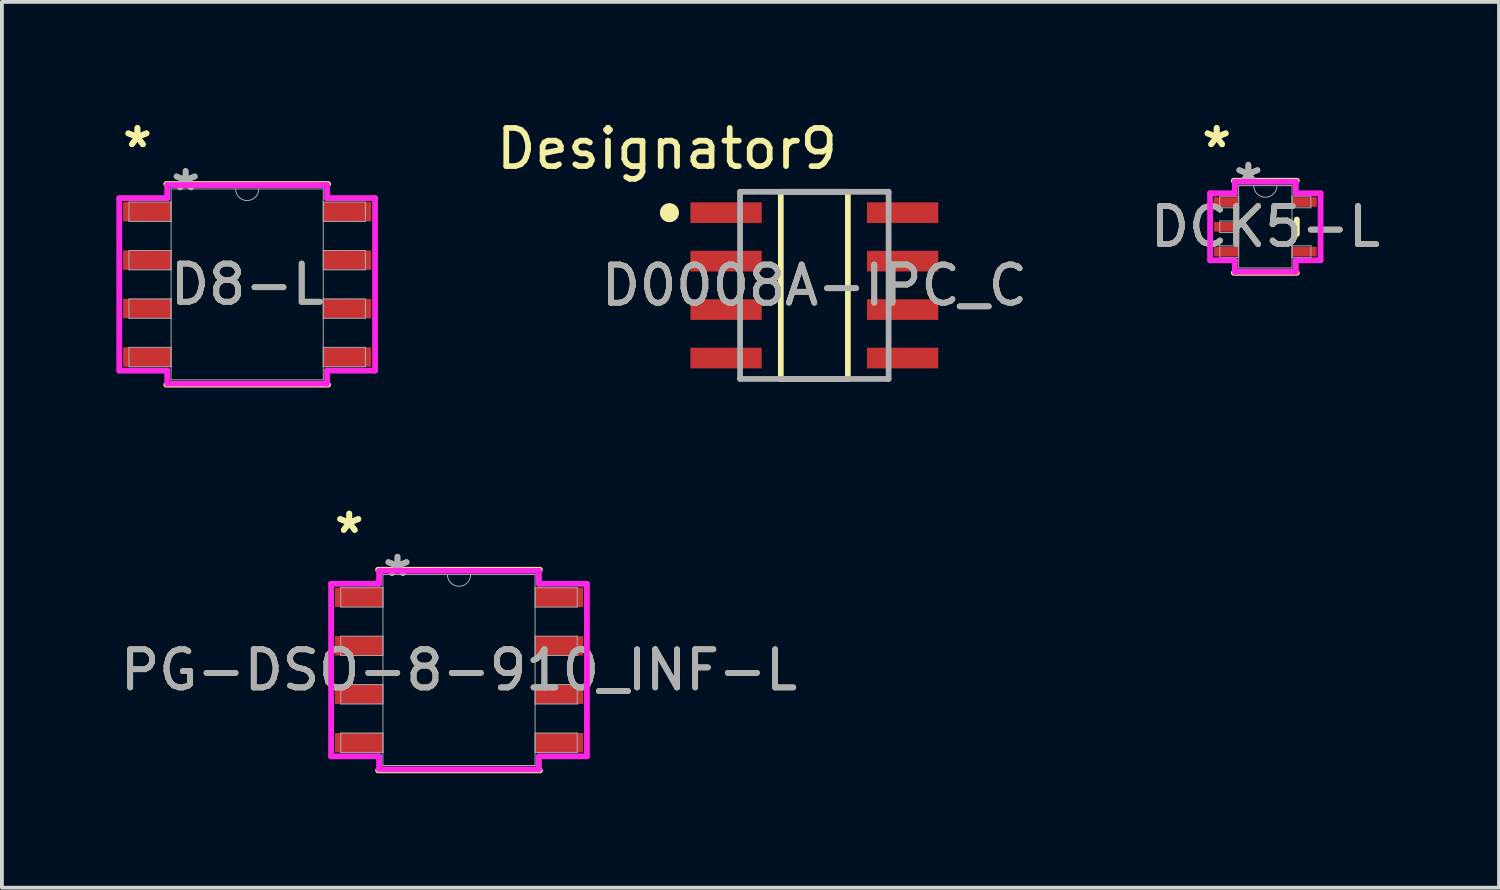
<source format=kicad_pcb>
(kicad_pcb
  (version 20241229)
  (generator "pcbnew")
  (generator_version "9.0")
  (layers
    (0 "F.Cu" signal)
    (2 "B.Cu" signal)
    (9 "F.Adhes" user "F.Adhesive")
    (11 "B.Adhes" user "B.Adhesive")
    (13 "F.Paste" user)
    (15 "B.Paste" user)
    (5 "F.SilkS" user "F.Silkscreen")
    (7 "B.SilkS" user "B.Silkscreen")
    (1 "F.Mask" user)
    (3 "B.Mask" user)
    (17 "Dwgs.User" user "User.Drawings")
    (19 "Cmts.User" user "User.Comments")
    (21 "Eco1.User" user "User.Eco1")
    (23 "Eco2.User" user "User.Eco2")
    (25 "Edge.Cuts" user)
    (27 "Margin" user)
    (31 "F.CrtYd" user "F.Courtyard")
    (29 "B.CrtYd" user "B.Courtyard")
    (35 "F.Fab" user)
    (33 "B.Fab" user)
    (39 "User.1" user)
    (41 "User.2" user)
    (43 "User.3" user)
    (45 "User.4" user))
  (footprint "D0008A-IPC_C"
    (layer "F.Cu")
    (at 18.296 4.43)
    (property "Reference" "D0008A-IPC_C" (at 0 0 0) (unlocked yes) (layer "F.SilkS") (effects (font (size 1 1) (thickness 0.15))))
    (attr smd)
    (fp_line (start -0.879 -2.453) (end 0.879 -2.453) (stroke (width 0.15) (type solid)) (layer "F.SilkS"))
    (fp_line (start -0.879 2.453) (end -0.879 -2.453) (stroke (width 0.15) (type solid)) (layer "F.SilkS"))
    (fp_line (start -0.879 2.453) (end 0.879 2.453) (stroke (width 0.15) (type solid)) (layer "F.SilkS"))
    (fp_line (start 0.879 2.453) (end 0.879 -2.453) (stroke (width 0.15) (type solid)) (layer "F.SilkS"))
    (fp_circle (center -3.798 -1.905) (end -3.673 -1.905) (stroke (width 0.25) (type solid)) (fill no) (layer "F.SilkS"))
    (fp_line (start -1.947 -2.453) (end 1.947 -2.453) (stroke (width 0.15) (type solid)) (layer "F.Fab"))
    (fp_line (start -1.947 2.453) (end -1.947 -2.453) (stroke (width 0.15) (type solid)) (layer "F.Fab"))
    (fp_line (start -1.947 2.453) (end 1.947 2.453) (stroke (width 0.15) (type solid)) (layer "F.Fab"))
    (fp_line (start 1.947 2.453) (end 1.947 -2.453) (stroke (width 0.15) (type solid)) (layer "F.Fab"))
    (fp_text user "Designator9" (at -3.861 -3.581 0) (unlocked yes) (layer "F.SilkS") (effects (font (size 1 1) (thickness 0.15))))
    (fp_text user "${REFERENCE}" (at 0 0 0) (unlocked yes) (layer "F.Fab") (effects (font (size 1 1) (thickness 0.15))))
    (pad "1" smd rect (at -2.314 -1.905) (size 1.869 0.542) (layers "F.Cu" "F.Mask" "F.Paste"))
    (pad "2" smd rect (at -2.314 -0.635) (size 1.869 0.542) (layers "F.Cu" "F.Mask" "F.Paste"))
    (pad "3" smd rect (at -2.314 0.635) (size 1.869 0.542) (layers "F.Cu" "F.Mask" "F.Paste"))
    (pad "4" smd rect (at -2.314 1.905) (size 1.869 0.542) (layers "F.Cu" "F.Mask" "F.Paste"))
    (pad "5" smd rect (at 2.314 1.905) (size 1.869 0.542) (layers "F.Cu" "F.Mask" "F.Paste"))
    (pad "6" smd rect (at 2.314 0.635) (size 1.869 0.542) (layers "F.Cu" "F.Mask" "F.Paste"))
    (pad "7" smd rect (at 2.314 -0.635) (size 1.869 0.542) (layers "F.Cu" "F.Mask" "F.Paste"))
    (pad "8" smd rect (at 2.314 -1.905) (size 1.869 0.542) (layers "F.Cu" "F.Mask" "F.Paste")))
  (footprint "D8-L"
    (layer "F.Cu")
    (at 3.429 4.404)
    (property "Reference" "D8-L" (at 0 0 0) (unlocked yes) (layer "F.SilkS") (effects (font (size 1 1) (thickness 0.15))))
    (attr smd)
    (fp_line (start -2.121 2.629) (end 2.121 2.629) (stroke (width 0.152) (type solid)) (layer "F.SilkS"))
    (fp_line (start 2.121 -2.629) (end -2.121 -2.629) (stroke (width 0.152) (type solid)) (layer "F.SilkS"))
    (fp_line (start -3.353 -2.261) (end -2.095 -2.261) (stroke (width 0.152) (type solid)) (layer "F.CrtYd"))
    (fp_line (start -3.353 2.261) (end -3.353 -2.261) (stroke (width 0.152) (type solid)) (layer "F.CrtYd"))
    (fp_line (start -3.353 2.261) (end -2.095 2.261) (stroke (width 0.152) (type solid)) (layer "F.CrtYd"))
    (fp_line (start -2.095 -2.603) (end 2.095 -2.603) (stroke (width 0.152) (type solid)) (layer "F.CrtYd"))
    (fp_line (start -2.095 -2.261) (end -2.095 -2.603) (stroke (width 0.152) (type solid)) (layer "F.CrtYd"))
    (fp_line (start -2.095 2.603) (end -2.095 2.261) (stroke (width 0.152) (type solid)) (layer "F.CrtYd"))
    (fp_line (start 2.095 -2.603) (end 2.095 -2.261) (stroke (width 0.152) (type solid)) (layer "F.CrtYd"))
    (fp_line (start 2.095 2.261) (end 2.095 2.603) (stroke (width 0.152) (type solid)) (layer "F.CrtYd"))
    (fp_line (start 2.095 2.603) (end -2.095 2.603) (stroke (width 0.152) (type solid)) (layer "F.CrtYd"))
    (fp_line (start 3.353 -2.261) (end 2.095 -2.261) (stroke (width 0.152) (type solid)) (layer "F.CrtYd"))
    (fp_line (start 3.353 -2.261) (end 3.353 2.261) (stroke (width 0.152) (type solid)) (layer "F.CrtYd"))
    (fp_line (start 3.353 2.261) (end 2.095 2.261) (stroke (width 0.152) (type solid)) (layer "F.CrtYd"))
    (fp_line (start -3.099 -2.159) (end -3.099 -1.651) (stroke (width 0.025) (type solid)) (layer "F.Fab"))
    (fp_line (start -3.099 -1.651) (end -1.994 -1.651) (stroke (width 0.025) (type solid)) (layer "F.Fab"))
    (fp_line (start -3.099 -0.889) (end -3.099 -0.381) (stroke (width 0.025) (type solid)) (layer "F.Fab"))
    (fp_line (start -3.099 -0.381) (end -1.994 -0.381) (stroke (width 0.025) (type solid)) (layer "F.Fab"))
    (fp_line (start -3.099 0.381) (end -3.099 0.889) (stroke (width 0.025) (type solid)) (layer "F.Fab"))
    (fp_line (start -3.099 0.889) (end -1.994 0.889) (stroke (width 0.025) (type solid)) (layer "F.Fab"))
    (fp_line (start -3.099 1.651) (end -3.099 2.159) (stroke (width 0.025) (type solid)) (layer "F.Fab"))
    (fp_line (start -3.099 2.159) (end -1.994 2.159) (stroke (width 0.025) (type solid)) (layer "F.Fab"))
    (fp_line (start -1.994 -2.502) (end -1.994 2.502) (stroke (width 0.025) (type solid)) (layer "F.Fab"))
    (fp_line (start -1.994 -2.159) (end -3.099 -2.159) (stroke (width 0.025) (type solid)) (layer "F.Fab"))
    (fp_line (start -1.994 -1.651) (end -1.994 -2.159) (stroke (width 0.025) (type solid)) (layer "F.Fab"))
    (fp_line (start -1.994 -0.889) (end -3.099 -0.889) (stroke (width 0.025) (type solid)) (layer "F.Fab"))
    (fp_line (start -1.994 -0.381) (end -1.994 -0.889) (stroke (width 0.025) (type solid)) (layer "F.Fab"))
    (fp_line (start -1.994 0.381) (end -3.099 0.381) (stroke (width 0.025) (type solid)) (layer "F.Fab"))
    (fp_line (start -1.994 0.889) (end -1.994 0.381) (stroke (width 0.025) (type solid)) (layer "F.Fab"))
    (fp_line (start -1.994 1.651) (end -3.099 1.651) (stroke (width 0.025) (type solid)) (layer "F.Fab"))
    (fp_line (start -1.994 2.159) (end -1.994 1.651) (stroke (width 0.025) (type solid)) (layer "F.Fab"))
    (fp_line (start -1.994 2.502) (end 1.994 2.502) (stroke (width 0.025) (type solid)) (layer "F.Fab"))
    (fp_line (start 1.994 -2.502) (end -1.994 -2.502) (stroke (width 0.025) (type solid)) (layer "F.Fab"))
    (fp_line (start 1.994 -2.159) (end 1.994 -1.651) (stroke (width 0.025) (type solid)) (layer "F.Fab"))
    (fp_line (start 1.994 -1.651) (end 3.099 -1.651) (stroke (width 0.025) (type solid)) (layer "F.Fab"))
    (fp_line (start 1.994 -0.889) (end 1.994 -0.381) (stroke (width 0.025) (type solid)) (layer "F.Fab"))
    (fp_line (start 1.994 -0.381) (end 3.099 -0.381) (stroke (width 0.025) (type solid)) (layer "F.Fab"))
    (fp_line (start 1.994 0.381) (end 1.994 0.889) (stroke (width 0.025) (type solid)) (layer "F.Fab"))
    (fp_line (start 1.994 0.889) (end 3.099 0.889) (stroke (width 0.025) (type solid)) (layer "F.Fab"))
    (fp_line (start 1.994 1.651) (end 1.994 2.159) (stroke (width 0.025) (type solid)) (layer "F.Fab"))
    (fp_line (start 1.994 2.159) (end 3.099 2.159) (stroke (width 0.025) (type solid)) (layer "F.Fab"))
    (fp_line (start 1.994 2.502) (end 1.994 -2.502) (stroke (width 0.025) (type solid)) (layer "F.Fab"))
    (fp_line (start 3.099 -2.159) (end 1.994 -2.159) (stroke (width 0.025) (type solid)) (layer "F.Fab"))
    (fp_line (start 3.099 -1.651) (end 3.099 -2.159) (stroke (width 0.025) (type solid)) (layer "F.Fab"))
    (fp_line (start 3.099 -0.889) (end 1.994 -0.889) (stroke (width 0.025) (type solid)) (layer "F.Fab"))
    (fp_line (start 3.099 -0.381) (end 3.099 -0.889) (stroke (width 0.025) (type solid)) (layer "F.Fab"))
    (fp_line (start 3.099 0.381) (end 1.994 0.381) (stroke (width 0.025) (type solid)) (layer "F.Fab"))
    (fp_line (start 3.099 0.889) (end 3.099 0.381) (stroke (width 0.025) (type solid)) (layer "F.Fab"))
    (fp_line (start 3.099 1.651) (end 1.994 1.651) (stroke (width 0.025) (type solid)) (layer "F.Fab"))
    (fp_line (start 3.099 2.159) (end 3.099 1.651) (stroke (width 0.025) (type solid)) (layer "F.Fab"))
    (fp_arc (start 0.3048 -2.5019) (mid 0 -2.1971) (end -0.3048 -2.5019) (stroke (width 0.0254) (type solid)) (layer "F.Fab"))
    (fp_text user "*" (at -2.877 -3.556 0) (unlocked yes) (layer "F.SilkS") (effects (font (size 1 1) (thickness 0.15))))
    (fp_text user "*" (at -2.877 -3.556 0) (layer "F.SilkS") (effects (font (size 1 1) (thickness 0.15))))
    (fp_text user "${REFERENCE}" (at 0 0 0) (unlocked yes) (layer "F.Fab") (effects (font (size 1 1) (thickness 0.15))))
    (fp_text user "*" (at -1.613 -2.426 0) (unlocked yes) (layer "F.Fab") (effects (font (size 1 1) (thickness 0.15))))
    (fp_text user "*" (at -1.613 -2.426 0) (layer "F.Fab") (effects (font (size 1 1) (thickness 0.15))))
    (pad "1" smd rect (at -2.623 -1.905) (size 1.257 0.508) (layers "F.Cu" "F.Mask" "F.Paste"))
    (pad "2" smd rect (at -2.623 -0.635) (size 1.257 0.508) (layers "F.Cu" "F.Mask" "F.Paste"))
    (pad "3" smd rect (at -2.623 0.635) (size 1.257 0.508) (layers "F.Cu" "F.Mask" "F.Paste"))
    (pad "4" smd rect (at -2.623 1.905) (size 1.257 0.508) (layers "F.Cu" "F.Mask" "F.Paste"))
    (pad "5" smd rect (at 2.623 1.905) (size 1.257 0.508) (layers "F.Cu" "F.Mask" "F.Paste"))
    (pad "6" smd rect (at 2.623 0.635) (size 1.257 0.508) (layers "F.Cu" "F.Mask" "F.Paste"))
    (pad "7" smd rect (at 2.623 -0.635) (size 1.257 0.508) (layers "F.Cu" "F.Mask" "F.Paste"))
    (pad "8" smd rect (at 2.623 -1.905) (size 1.257 0.508) (layers "F.Cu" "F.Mask" "F.Paste")))
  (footprint "DCK5-L"
    (layer "F.Cu")
    (at 30.118 2.895)
    (property "Reference" "DCK5-L" (at 0 0 0) (unlocked yes) (layer "F.SilkS") (effects (font (size 1 1) (thickness 0.15))))
    (attr smd)
    (fp_line (start -0.826 1.206) (end 0.826 1.206) (stroke (width 0.152) (type solid)) (layer "F.SilkS"))
    (fp_line (start 0.826 -1.206) (end -0.826 -1.206) (stroke (width 0.152) (type solid)) (layer "F.SilkS"))
    (fp_line (start 0.826 0.19) (end 0.826 -0.19) (stroke (width 0.152) (type solid)) (layer "F.SilkS"))
    (fp_line (start -1.448 -0.879) (end -0.8 -0.879) (stroke (width 0.152) (type solid)) (layer "F.CrtYd"))
    (fp_line (start -1.448 0.879) (end -1.448 -0.879) (stroke (width 0.152) (type solid)) (layer "F.CrtYd"))
    (fp_line (start -0.8 -1.181) (end 0.8 -1.181) (stroke (width 0.152) (type solid)) (layer "F.CrtYd"))
    (fp_line (start -0.8 -0.879) (end -0.8 -1.181) (stroke (width 0.152) (type solid)) (layer "F.CrtYd"))
    (fp_line (start -0.8 0.879) (end -1.448 0.879) (stroke (width 0.152) (type solid)) (layer "F.CrtYd"))
    (fp_line (start -0.8 1.181) (end -0.8 0.879) (stroke (width 0.152) (type solid)) (layer "F.CrtYd"))
    (fp_line (start 0.8 -1.181) (end 0.8 -0.879) (stroke (width 0.152) (type solid)) (layer "F.CrtYd"))
    (fp_line (start 0.8 -0.879) (end 1.448 -0.879) (stroke (width 0.152) (type solid)) (layer "F.CrtYd"))
    (fp_line (start 0.8 0.879) (end 0.8 1.181) (stroke (width 0.152) (type solid)) (layer "F.CrtYd"))
    (fp_line (start 0.8 1.181) (end -0.8 1.181) (stroke (width 0.152) (type solid)) (layer "F.CrtYd"))
    (fp_line (start 1.448 -0.879) (end 1.448 0.879) (stroke (width 0.152) (type solid)) (layer "F.CrtYd"))
    (fp_line (start 1.448 0.879) (end 0.8 0.879) (stroke (width 0.152) (type solid)) (layer "F.CrtYd"))
    (fp_line (start -1.194 -0.802) (end -1.194 -0.498) (stroke (width 0.025) (type solid)) (layer "F.Fab"))
    (fp_line (start -1.194 -0.498) (end -0.699 -0.498) (stroke (width 0.025) (type solid)) (layer "F.Fab"))
    (fp_line (start -1.194 -0.152) (end -1.194 0.152) (stroke (width 0.025) (type solid)) (layer "F.Fab"))
    (fp_line (start -1.194 0.152) (end -0.699 0.152) (stroke (width 0.025) (type solid)) (layer "F.Fab"))
    (fp_line (start -1.194 0.498) (end -1.194 0.802) (stroke (width 0.025) (type solid)) (layer "F.Fab"))
    (fp_line (start -1.194 0.802) (end -0.699 0.802) (stroke (width 0.025) (type solid)) (layer "F.Fab"))
    (fp_line (start -0.699 -1.079) (end -0.699 1.079) (stroke (width 0.025) (type solid)) (layer "F.Fab"))
    (fp_line (start -0.699 -0.802) (end -1.194 -0.802) (stroke (width 0.025) (type solid)) (layer "F.Fab"))
    (fp_line (start -0.699 -0.498) (end -0.699 -0.802) (stroke (width 0.025) (type solid)) (layer "F.Fab"))
    (fp_line (start -0.699 -0.152) (end -1.194 -0.152) (stroke (width 0.025) (type solid)) (layer "F.Fab"))
    (fp_line (start -0.699 0.152) (end -0.699 -0.152) (stroke (width 0.025) (type solid)) (layer "F.Fab"))
    (fp_line (start -0.699 0.498) (end -1.194 0.498) (stroke (width 0.025) (type solid)) (layer "F.Fab"))
    (fp_line (start -0.699 0.802) (end -0.699 0.498) (stroke (width 0.025) (type solid)) (layer "F.Fab"))
    (fp_line (start -0.699 1.079) (end 0.699 1.079) (stroke (width 0.025) (type solid)) (layer "F.Fab"))
    (fp_line (start 0.699 -1.079) (end -0.699 -1.079) (stroke (width 0.025) (type solid)) (layer "F.Fab"))
    (fp_line (start 0.699 -0.802) (end 0.699 -0.498) (stroke (width 0.025) (type solid)) (layer "F.Fab"))
    (fp_line (start 0.699 -0.498) (end 1.194 -0.498) (stroke (width 0.025) (type solid)) (layer "F.Fab"))
    (fp_line (start 0.699 0.498) (end 0.699 0.802) (stroke (width 0.025) (type solid)) (layer "F.Fab"))
    (fp_line (start 0.699 0.802) (end 1.194 0.802) (stroke (width 0.025) (type solid)) (layer "F.Fab"))
    (fp_line (start 0.699 1.079) (end 0.699 -1.079) (stroke (width 0.025) (type solid)) (layer "F.Fab"))
    (fp_line (start 1.194 -0.802) (end 0.699 -0.802) (stroke (width 0.025) (type solid)) (layer "F.Fab"))
    (fp_line (start 1.194 -0.498) (end 1.194 -0.802) (stroke (width 0.025) (type solid)) (layer "F.Fab"))
    (fp_line (start 1.194 0.498) (end 0.699 0.498) (stroke (width 0.025) (type solid)) (layer "F.Fab"))
    (fp_line (start 1.194 0.802) (end 1.194 0.498) (stroke (width 0.025) (type solid)) (layer "F.Fab"))
    (fp_arc (start 0.3048 -1.0795) (mid 0 -0.7747) (end -0.3048 -1.0795) (stroke (width 0.0254) (type solid)) (layer "F.Fab"))
    (fp_text user "*" (at -1.276 -2.047 0) (unlocked yes) (layer "F.SilkS") (effects (font (size 1 1) (thickness 0.15))))
    (fp_text user "*" (at -1.276 -2.047 0) (layer "F.SilkS") (effects (font (size 1 1) (thickness 0.15))))
    (fp_text user "*" (at -0.445 -1.082 0) (layer "F.Fab") (effects (font (size 1 1) (thickness 0.15))))
    (fp_text user "*" (at -0.445 -1.082 0) (unlocked yes) (layer "F.Fab") (effects (font (size 1 1) (thickness 0.15))))
    (fp_text user "${REFERENCE}" (at 0 0 0) (unlocked yes) (layer "F.Fab") (effects (font (size 1 1) (thickness 0.15))))
    (pad "1" smd rect (at -1.022 -0.65) (size 0.648 0.254) (layers "F.Cu" "F.Mask" "F.Paste"))
    (pad "2" smd rect (at -1.022 0) (size 0.648 0.254) (layers "F.Cu" "F.Mask" "F.Paste"))
    (pad "3" smd rect (at -1.022 0.65) (size 0.648 0.254) (layers "F.Cu" "F.Mask" "F.Paste"))
    (pad "4" smd rect (at 1.022 0.65) (size 0.648 0.254) (layers "F.Cu" "F.Mask" "F.Paste"))
    (pad "5" smd rect (at 1.022 -0.65) (size 0.648 0.254) (layers "F.Cu" "F.Mask" "F.Paste")))
  (footprint "PG-DSO-8-910_INF-L"
    (layer "F.Cu")
    (at 8.982 14.514)
    (property "Reference" "PG-DSO-8-910_INF-L" (at 0 0 0) (unlocked yes) (layer "F.SilkS") (effects (font (size 1 1) (thickness 0.15))))
    (attr smd)
    (fp_line (start -2.121 2.629) (end 2.121 2.629) (stroke (width 0.152) (type solid)) (layer "F.SilkS"))
    (fp_line (start 2.121 -2.629) (end -2.121 -2.629) (stroke (width 0.152) (type solid)) (layer "F.SilkS"))
    (fp_line (start -3.353 -2.261) (end -2.095 -2.261) (stroke (width 0.152) (type solid)) (layer "F.CrtYd"))
    (fp_line (start -3.353 2.261) (end -3.353 -2.261) (stroke (width 0.152) (type solid)) (layer "F.CrtYd"))
    (fp_line (start -3.353 2.261) (end -2.095 2.261) (stroke (width 0.152) (type solid)) (layer "F.CrtYd"))
    (fp_line (start -2.095 -2.603) (end 2.095 -2.603) (stroke (width 0.152) (type solid)) (layer "F.CrtYd"))
    (fp_line (start -2.095 -2.261) (end -2.095 -2.603) (stroke (width 0.152) (type solid)) (layer "F.CrtYd"))
    (fp_line (start -2.095 2.603) (end -2.095 2.261) (stroke (width 0.152) (type solid)) (layer "F.CrtYd"))
    (fp_line (start 2.095 -2.603) (end 2.095 -2.261) (stroke (width 0.152) (type solid)) (layer "F.CrtYd"))
    (fp_line (start 2.095 2.261) (end 2.095 2.603) (stroke (width 0.152) (type solid)) (layer "F.CrtYd"))
    (fp_line (start 2.095 2.603) (end -2.095 2.603) (stroke (width 0.152) (type solid)) (layer "F.CrtYd"))
    (fp_line (start 3.353 -2.261) (end 2.095 -2.261) (stroke (width 0.152) (type solid)) (layer "F.CrtYd"))
    (fp_line (start 3.353 -2.261) (end 3.353 2.261) (stroke (width 0.152) (type solid)) (layer "F.CrtYd"))
    (fp_line (start 3.353 2.261) (end 2.095 2.261) (stroke (width 0.152) (type solid)) (layer "F.CrtYd"))
    (fp_line (start -3.099 -2.159) (end -3.099 -1.651) (stroke (width 0.025) (type solid)) (layer "F.Fab"))
    (fp_line (start -3.099 -1.651) (end -1.994 -1.651) (stroke (width 0.025) (type solid)) (layer "F.Fab"))
    (fp_line (start -3.099 -0.889) (end -3.099 -0.381) (stroke (width 0.025) (type solid)) (layer "F.Fab"))
    (fp_line (start -3.099 -0.381) (end -1.994 -0.381) (stroke (width 0.025) (type solid)) (layer "F.Fab"))
    (fp_line (start -3.099 0.381) (end -3.099 0.889) (stroke (width 0.025) (type solid)) (layer "F.Fab"))
    (fp_line (start -3.099 0.889) (end -1.994 0.889) (stroke (width 0.025) (type solid)) (layer "F.Fab"))
    (fp_line (start -3.099 1.651) (end -3.099 2.159) (stroke (width 0.025) (type solid)) (layer "F.Fab"))
    (fp_line (start -3.099 2.159) (end -1.994 2.159) (stroke (width 0.025) (type solid)) (layer "F.Fab"))
    (fp_line (start -1.994 -2.502) (end -1.994 2.502) (stroke (width 0.025) (type solid)) (layer "F.Fab"))
    (fp_line (start -1.994 -2.159) (end -3.099 -2.159) (stroke (width 0.025) (type solid)) (layer "F.Fab"))
    (fp_line (start -1.994 -1.651) (end -1.994 -2.159) (stroke (width 0.025) (type solid)) (layer "F.Fab"))
    (fp_line (start -1.994 -0.889) (end -3.099 -0.889) (stroke (width 0.025) (type solid)) (layer "F.Fab"))
    (fp_line (start -1.994 -0.381) (end -1.994 -0.889) (stroke (width 0.025) (type solid)) (layer "F.Fab"))
    (fp_line (start -1.994 0.381) (end -3.099 0.381) (stroke (width 0.025) (type solid)) (layer "F.Fab"))
    (fp_line (start -1.994 0.889) (end -1.994 0.381) (stroke (width 0.025) (type solid)) (layer "F.Fab"))
    (fp_line (start -1.994 1.651) (end -3.099 1.651) (stroke (width 0.025) (type solid)) (layer "F.Fab"))
    (fp_line (start -1.994 2.159) (end -1.994 1.651) (stroke (width 0.025) (type solid)) (layer "F.Fab"))
    (fp_line (start -1.994 2.502) (end 1.994 2.502) (stroke (width 0.025) (type solid)) (layer "F.Fab"))
    (fp_line (start 1.994 -2.502) (end -1.994 -2.502) (stroke (width 0.025) (type solid)) (layer "F.Fab"))
    (fp_line (start 1.994 -2.159) (end 1.994 -1.651) (stroke (width 0.025) (type solid)) (layer "F.Fab"))
    (fp_line (start 1.994 -1.651) (end 3.099 -1.651) (stroke (width 0.025) (type solid)) (layer "F.Fab"))
    (fp_line (start 1.994 -0.889) (end 1.994 -0.381) (stroke (width 0.025) (type solid)) (layer "F.Fab"))
    (fp_line (start 1.994 -0.381) (end 3.099 -0.381) (stroke (width 0.025) (type solid)) (layer "F.Fab"))
    (fp_line (start 1.994 0.381) (end 1.994 0.889) (stroke (width 0.025) (type solid)) (layer "F.Fab"))
    (fp_line (start 1.994 0.889) (end 3.099 0.889) (stroke (width 0.025) (type solid)) (layer "F.Fab"))
    (fp_line (start 1.994 1.651) (end 1.994 2.159) (stroke (width 0.025) (type solid)) (layer "F.Fab"))
    (fp_line (start 1.994 2.159) (end 3.099 2.159) (stroke (width 0.025) (type solid)) (layer "F.Fab"))
    (fp_line (start 1.994 2.502) (end 1.994 -2.502) (stroke (width 0.025) (type solid)) (layer "F.Fab"))
    (fp_line (start 3.099 -2.159) (end 1.994 -2.159) (stroke (width 0.025) (type solid)) (layer "F.Fab"))
    (fp_line (start 3.099 -1.651) (end 3.099 -2.159) (stroke (width 0.025) (type solid)) (layer "F.Fab"))
    (fp_line (start 3.099 -0.889) (end 1.994 -0.889) (stroke (width 0.025) (type solid)) (layer "F.Fab"))
    (fp_line (start 3.099 -0.381) (end 3.099 -0.889) (stroke (width 0.025) (type solid)) (layer "F.Fab"))
    (fp_line (start 3.099 0.381) (end 1.994 0.381) (stroke (width 0.025) (type solid)) (layer "F.Fab"))
    (fp_line (start 3.099 0.889) (end 3.099 0.381) (stroke (width 0.025) (type solid)) (layer "F.Fab"))
    (fp_line (start 3.099 1.651) (end 1.994 1.651) (stroke (width 0.025) (type solid)) (layer "F.Fab"))
    (fp_line (start 3.099 2.159) (end 3.099 1.651) (stroke (width 0.025) (type solid)) (layer "F.Fab"))
    (fp_arc (start 0.3048 -2.5019) (mid 0 -2.1971) (end -0.3048 -2.5019) (stroke (width 0.0254) (type solid)) (layer "F.Fab"))
    (fp_text user "*" (at -2.877 -3.556 0) (unlocked yes) (layer "F.SilkS") (effects (font (size 1 1) (thickness 0.15))))
    (fp_text user "*" (at -2.877 -3.556 0) (layer "F.SilkS") (effects (font (size 1 1) (thickness 0.15))))
    (fp_text user "*" (at -1.613 -2.426 0) (unlocked yes) (layer "F.Fab") (effects (font (size 1 1) (thickness 0.15))))
    (fp_text user "${REFERENCE}" (at 0 0 0) (unlocked yes) (layer "F.Fab") (effects (font (size 1 1) (thickness 0.15))))
    (fp_text user "*" (at -1.613 -2.426 0) (layer "F.Fab") (effects (font (size 1 1) (thickness 0.15))))
    (pad "1" smd rect (at -2.623 -1.905) (size 1.257 0.508) (layers "F.Cu" "F.Mask" "F.Paste"))
    (pad "2" smd rect (at -2.623 -0.635) (size 1.257 0.508) (layers "F.Cu" "F.Mask" "F.Paste"))
    (pad "3" smd rect (at -2.623 0.635) (size 1.257 0.508) (layers "F.Cu" "F.Mask" "F.Paste"))
    (pad "4" smd rect (at -2.623 1.905) (size 1.257 0.508) (layers "F.Cu" "F.Mask" "F.Paste"))
    (pad "5" smd rect (at 2.623 1.905) (size 1.257 0.508) (layers "F.Cu" "F.Mask" "F.Paste"))
    (pad "6" smd rect (at 2.623 0.635) (size 1.257 0.508) (layers "F.Cu" "F.Mask" "F.Paste"))
    (pad "7" smd rect (at 2.623 -0.635) (size 1.257 0.508) (layers "F.Cu" "F.Mask" "F.Paste"))
    (pad "8" smd rect (at 2.623 -1.905) (size 1.257 0.508) (layers "F.Cu" "F.Mask" "F.Paste")))
  (gr_rect
    (start -3 -3)
    (end 36.243 20.219)
    (stroke (width 0.1) (type default))
    (fill no)
    (layer "Edge.Cuts")))
</source>
